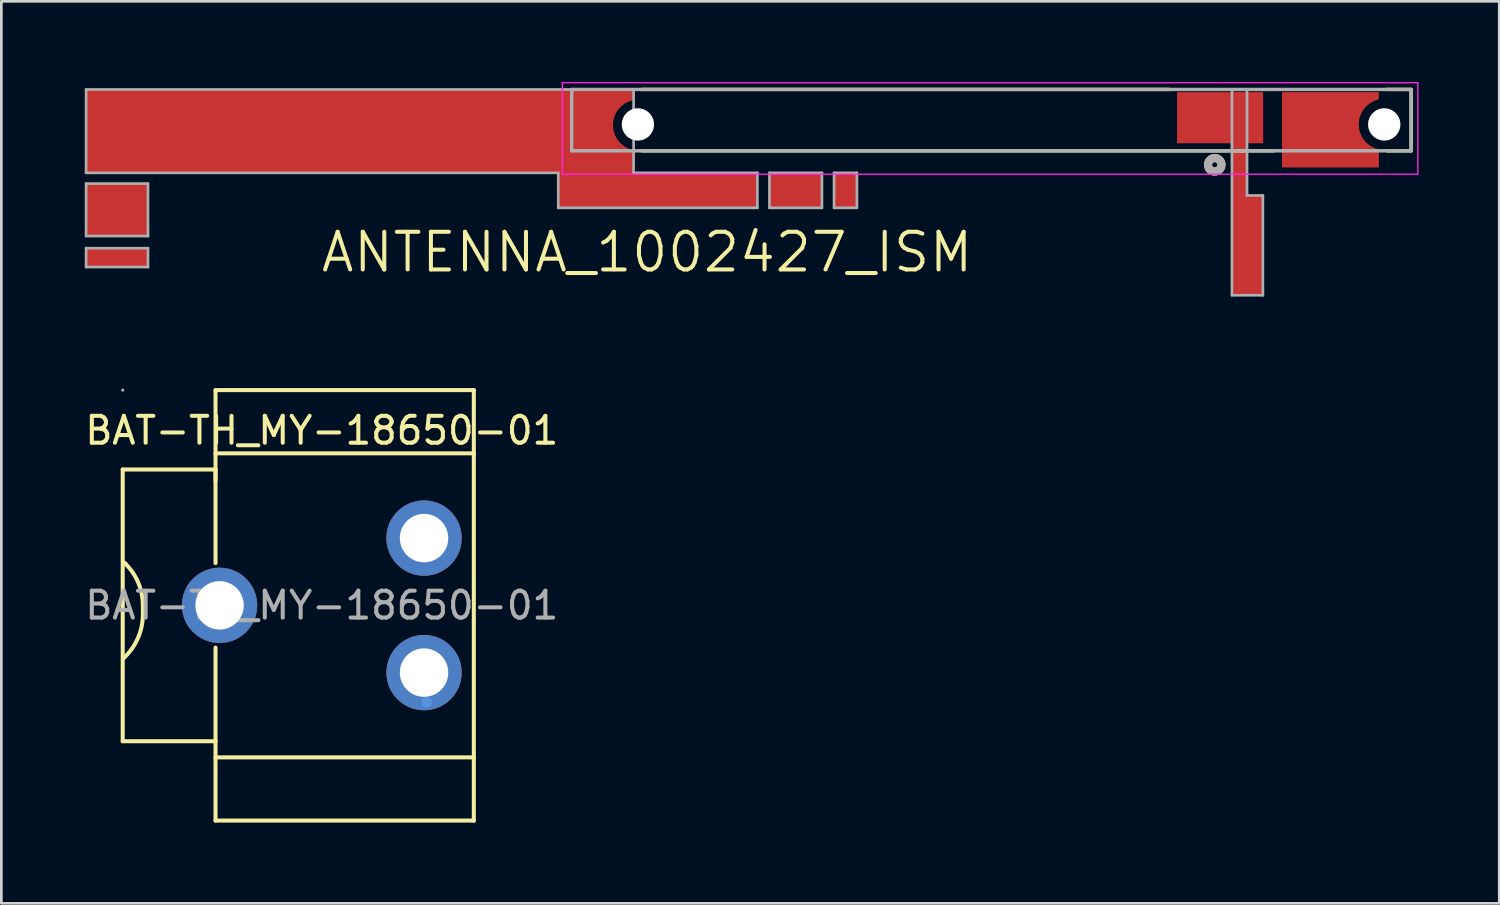
<source format=kicad_pcb>
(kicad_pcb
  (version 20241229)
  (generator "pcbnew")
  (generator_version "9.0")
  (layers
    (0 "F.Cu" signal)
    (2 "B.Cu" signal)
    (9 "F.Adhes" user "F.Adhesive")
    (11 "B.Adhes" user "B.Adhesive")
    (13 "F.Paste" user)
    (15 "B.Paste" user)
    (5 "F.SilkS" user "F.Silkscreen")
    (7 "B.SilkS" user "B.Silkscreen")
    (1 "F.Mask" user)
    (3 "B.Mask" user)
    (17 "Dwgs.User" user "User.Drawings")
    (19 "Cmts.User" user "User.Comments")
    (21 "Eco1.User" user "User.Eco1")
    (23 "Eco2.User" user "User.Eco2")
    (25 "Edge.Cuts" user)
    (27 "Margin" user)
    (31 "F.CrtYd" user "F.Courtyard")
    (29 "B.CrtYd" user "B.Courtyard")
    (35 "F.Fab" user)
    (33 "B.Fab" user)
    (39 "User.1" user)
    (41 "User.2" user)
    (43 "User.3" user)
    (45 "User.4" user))
  (footprint "BAT-TH_MY-18650-01"
    (layer "F.Cu")
    (at 8.911 19.45)
    (property "Reference" "BAT-TH_MY-18650-01" (at 0 -6.5 0) (layer "F.SilkS") (effects (font (size 1 1) (thickness 0.15))))
    (attr through_hole)
    (fp_line (start -7.4 -5.05) (end -3.95 -5.05) (stroke (width 0.15) (type solid)) (layer "F.SilkS"))
    (fp_line (start -7.4 5.05) (end -7.4 -5.05) (stroke (width 0.15) (type solid)) (layer "F.SilkS"))
    (fp_line (start -7.29 -1.54) (end -7.3 -1.55) (stroke (width 0.15) (type solid)) (layer "F.SilkS"))
    (fp_line (start -6.65 0.33) (end -6.65 0) (stroke (width 0.15) (type solid)) (layer "F.SilkS"))
    (fp_line (start -3.95 -8) (end -3.95 -1.57) (stroke (width 0.15) (type solid)) (layer "F.SilkS"))
    (fp_line (start -3.95 -5.65) (end 5.65 -5.65) (stroke (width 0.15) (type solid)) (layer "F.SilkS"))
    (fp_line (start -3.95 -5.05) (end -3.95 -4.65) (stroke (width 0.15) (type solid)) (layer "F.SilkS"))
    (fp_line (start -3.95 1.57) (end -3.95 8) (stroke (width 0.15) (type solid)) (layer "F.SilkS"))
    (fp_line (start -3.95 5.05) (end -7.4 5.05) (stroke (width 0.15) (type solid)) (layer "F.SilkS"))
    (fp_line (start -3.95 8) (end 5.65 8) (stroke (width 0.15) (type solid)) (layer "F.SilkS"))
    (fp_line (start 5.65 -8) (end -3.95 -8) (stroke (width 0.15) (type solid)) (layer "F.SilkS"))
    (fp_line (start 5.65 5.65) (end -3.95 5.65) (stroke (width 0.15) (type solid)) (layer "F.SilkS"))
    (fp_line (start 5.65 8) (end 5.65 -8) (stroke (width 0.15) (type solid)) (layer "F.SilkS"))
    (fp_arc (start -7.39 -1.63) (mid -6.844987 -0.895054) (end -6.651637 -0.000738) (stroke (width 0.15) (type solid)) (layer "F.SilkS"))
    (fp_arc (start -6.65 0.33) (mid -6.838633 1.225516) (end -7.372477 1.968848) (stroke (width 0.15) (type solid)) (layer "F.SilkS"))
    (fp_circle (center 3.9 3.6) (end 4 3.6) (stroke (width 0.2) (type solid)) (fill no) (layer "Cmts.User"))
    (fp_circle (center -7.4 -8) (end -7.37 -8) (stroke (width 0.06) (type solid)) (fill no) (layer "F.Fab"))
    (fp_text user "${REFERENCE}" (at 0 0 0) (layer "F.Fab") (effects (font (size 1 1) (thickness 0.15))))
    (pad "" thru_hole circle (at 3.8 -2.5 180) (size 2.8 2.8) (drill 1.8) (layers "*.Cu" "*.Paste" "*.Mask"))
    (pad "" thru_hole circle (at 3.8 2.5 180) (size 2.8 2.8) (drill 1.8) (layers "*.Cu" "*.Paste" "*.Mask"))
    (pad "1" thru_hole circle (at -3.8 0 180) (size 2.8 2.8) (drill 1.8) (layers "*.Cu" "*.Paste" "*.Mask")))
  (footprint "ANTENNA_1002427_ISM"
    (layer "F.Cu")
    (at 18.2 0.275)
    (property "Reference" "ANTENNA_1002427_ISM" (at 2.8 6.05 0) (layer "F.SilkS") (effects (font (size 1.4 1.4) (thickness 0.15))))
    (attr through_hole)
    (fp_line (start 2.6 0) (end 22.2 0) (stroke (width 0.127) (type solid)) (layer "F.SilkS"))
    (fp_line (start 26.1 2.28) (end 2.6 2.28) (stroke (width 0.127) (type solid)) (layer "F.SilkS"))
    (fp_line (start 30.3 0) (end 31.2 0) (stroke (width 0.127) (type solid)) (layer "F.SilkS"))
    (fp_line (start 31.2 0) (end 31.2 2.28) (stroke (width 0.127) (type solid)) (layer "F.SilkS"))
    (fp_line (start 31.2 2.28) (end 30.3 2.28) (stroke (width 0.127) (type solid)) (layer "F.SilkS"))
    (fp_circle (center 23.9 2.8) (end 24 2.8) (stroke (width 0.3) (type solid)) (fill no) (layer "F.SilkS"))
    (fp_line (start -0.35 -0.25) (end 31.45 -0.25) (stroke (width 0.05) (type solid)) (layer "F.CrtYd"))
    (fp_line (start -0.35 3.15) (end -0.35 -0.25) (stroke (width 0.05) (type solid)) (layer "F.CrtYd"))
    (fp_line (start 31.45 -0.25) (end 31.45 3.15) (stroke (width 0.05) (type solid)) (layer "F.CrtYd"))
    (fp_line (start 31.45 3.15) (end -0.35 3.15) (stroke (width 0.05) (type solid)) (layer "F.CrtYd"))
    (fp_line (start -18.05 0) (end -18.05 3.1) (stroke (width 0.1) (type solid)) (layer "F.Fab"))
    (fp_line (start -18.05 3.1) (end -0.5 3.1) (stroke (width 0.1) (type solid)) (layer "F.Fab"))
    (fp_line (start -18.05 3.5) (end -15.75 3.5) (stroke (width 0.1) (type solid)) (layer "F.Fab"))
    (fp_line (start -18.05 5.45) (end -18.05 3.5) (stroke (width 0.1) (type solid)) (layer "F.Fab"))
    (fp_line (start -18.05 5.9) (end -15.75 5.9) (stroke (width 0.1) (type solid)) (layer "F.Fab"))
    (fp_line (start -18.05 6.6) (end -18.05 5.9) (stroke (width 0.1) (type solid)) (layer "F.Fab"))
    (fp_line (start -15.75 3.5) (end -15.75 5.45) (stroke (width 0.1) (type solid)) (layer "F.Fab"))
    (fp_line (start -15.75 5.45) (end -18.05 5.45) (stroke (width 0.1) (type solid)) (layer "F.Fab"))
    (fp_line (start -15.75 5.9) (end -15.75 6.6) (stroke (width 0.1) (type solid)) (layer "F.Fab"))
    (fp_line (start -15.75 6.6) (end -18.05 6.6) (stroke (width 0.1) (type solid)) (layer "F.Fab"))
    (fp_line (start -0.5 3.1) (end -0.5 4.4) (stroke (width 0.1) (type solid)) (layer "F.Fab"))
    (fp_line (start -0.5 4.4) (end 6.9 4.4) (stroke (width 0.1) (type solid)) (layer "F.Fab"))
    (fp_line (start 0 0) (end 31.2 0) (stroke (width 0.127) (type solid)) (layer "F.Fab"))
    (fp_line (start 0 2.28) (end 0 0) (stroke (width 0.127) (type solid)) (layer "F.Fab"))
    (fp_line (start 2.3 0) (end -18.05 0) (stroke (width 0.1) (type solid)) (layer "F.Fab"))
    (fp_line (start 2.3 3.1) (end 2.3 0) (stroke (width 0.1) (type solid)) (layer "F.Fab"))
    (fp_line (start 6.9 3.1) (end 2.3 3.1) (stroke (width 0.1) (type solid)) (layer "F.Fab"))
    (fp_line (start 6.9 4.4) (end 6.9 3.1) (stroke (width 0.1) (type solid)) (layer "F.Fab"))
    (fp_line (start 7.35 3.1) (end 7.35 4.4) (stroke (width 0.1) (type solid)) (layer "F.Fab"))
    (fp_line (start 7.35 4.4) (end 9.3 4.4) (stroke (width 0.1) (type solid)) (layer "F.Fab"))
    (fp_line (start 9.3 3.1) (end 7.35 3.1) (stroke (width 0.1) (type solid)) (layer "F.Fab"))
    (fp_line (start 9.3 4.4) (end 9.3 3.1) (stroke (width 0.1) (type solid)) (layer "F.Fab"))
    (fp_line (start 9.75 3.1) (end 9.75 4.4) (stroke (width 0.1) (type solid)) (layer "F.Fab"))
    (fp_line (start 9.75 4.4) (end 10.6 4.4) (stroke (width 0.1) (type solid)) (layer "F.Fab"))
    (fp_line (start 10.6 3.1) (end 9.75 3.1) (stroke (width 0.1) (type solid)) (layer "F.Fab"))
    (fp_line (start 10.6 4.4) (end 10.6 3.1) (stroke (width 0.1) (type solid)) (layer "F.Fab"))
    (fp_line (start 24.54 0) (end 24.54 7.65) (stroke (width 0.1) (type solid)) (layer "F.Fab"))
    (fp_line (start 24.54 7.65) (end 25.69 7.65) (stroke (width 0.1) (type solid)) (layer "F.Fab"))
    (fp_line (start 25.1 0) (end 24.54 0) (stroke (width 0.1) (type solid)) (layer "F.Fab"))
    (fp_line (start 25.1 3.94) (end 25.1 0) (stroke (width 0.1) (type solid)) (layer "F.Fab"))
    (fp_line (start 25.69 3.94) (end 25.1 3.94) (stroke (width 0.1) (type solid)) (layer "F.Fab"))
    (fp_line (start 25.69 7.65) (end 25.69 3.94) (stroke (width 0.1) (type solid)) (layer "F.Fab"))
    (fp_line (start 31.2 0) (end 31.2 2.28) (stroke (width 0.127) (type solid)) (layer "F.Fab"))
    (fp_line (start 31.2 2.28) (end 0 2.28) (stroke (width 0.127) (type solid)) (layer "F.Fab"))
    (fp_circle (center 23.9 2.8) (end 24 2.8) (stroke (width 0.3) (type solid)) (fill no) (layer "F.Fab"))
    (pad "" np_thru_hole circle (at 2.46 1.3) (size 1.2 1.2) (drill 1.2) (layers "*.Cu" "*.Mask"))
    (pad "" np_thru_hole circle (at 30.2 1.3) (size 1.2 1.2) (drill 1.2) (layers "*.Cu" "*.Mask"))
    (pad "1" smd rect (at 24.1 1.05) (size 3.2 1.9) (layers "F.Cu" "F.Mask" "F.Paste"))
    (pad "1" smd rect (at 24.812 3.875) (size 0.575 7.55) (layers "F.Cu"))
    (pad "1" smd rect (at 25.109 5.806) (size 1.169 3.688) (layers "F.Cu"))
    (pad "2" smd custom (at 28.02 1.375) (size 0.3 0.3) (layers "F.Cu" "F.Mask" "F.Paste") (options (anchor rect)) (primitives (gr_poly (pts (xy -1.62 -1.275) (xy -1.62 1.525) (xy 1.98 1.525) (xy 1.98 0.925) (xy 1.38 0.625) (xy 1.136 -0.075) (xy 1.48 -0.875) (xy 1.98 -1.075) (xy 1.98 -1.275)) (width 0.0001) (fill yes)) (gr_arc (start 1.88 0.924999) (mid 1.13597 -0.075) (end 1.88 -1.074999) (width 0.2))))
    (pad "3" smd rect (at -9 1.55) (size 18.05 3.1) (layers "F.Cu"))
    (pad "3" smd custom (at 0.3 1.4) (size 0.3 0.3) (layers "F.Cu" "F.Mask" "F.Paste") (options (anchor rect)) (primitives (gr_poly (pts (xy -0.82 -1.375) (xy -0.82 1.225) (xy 1.98 1.225) (xy 1.98 0.925) (xy 1.38 0.625) (xy 1.136 -0.075) (xy 1.48 -0.875) (xy 1.98 -1.075) (xy 1.98 -1.375)) (width 0.0001) (fill yes)) (gr_arc (start 1.88 0.924999) (mid 1.13597 -0.075) (end 1.88 -1.074999) (width 0.2))))
    (pad "3" smd rect (at 0.9 3.45) (size 2.8 1.9) (layers "F.Cu"))
    (pad "3" smd rect (at 3.45 3.75) (size 6.9 1.3) (layers "F.Cu"))
    (pad "4" smd rect (at 8.35 3.75) (size 1.95 1.3) (layers "F.Cu"))
    (pad "5" smd rect (at 10.2 3.75) (size 0.85 1.3) (layers "F.Cu"))
    (pad "6" smd rect (at -16.9 4.45) (size 2.3 1.95) (layers "F.Cu"))
    (pad "7" smd rect (at -16.9 6.25) (size 2.3 0.7) (layers "F.Cu"))
    (zone (net_name "") (layers "F.Cu" "B.Cu" "F.Fab") (hatch edge 0.508) (connect_pads) (min_thickness 0.254) (filled_areas_thickness no) (keepout (tracks allowed) (vias allowed) (pads allowed) (copperpour not_allowed) (footprints allowed)) (placement (enabled no)) (fill) (polygon (pts (xy 44.6 8.375) (xy 0 8.375) (xy 0 0.275) (xy 44.6 0.275)))))
  (gr_rect
    (start -3 -3)
    (end 52.675 30.525)
    (stroke (width 0.1) (type default))
    (fill no)
    (layer "Edge.Cuts")))
</source>
